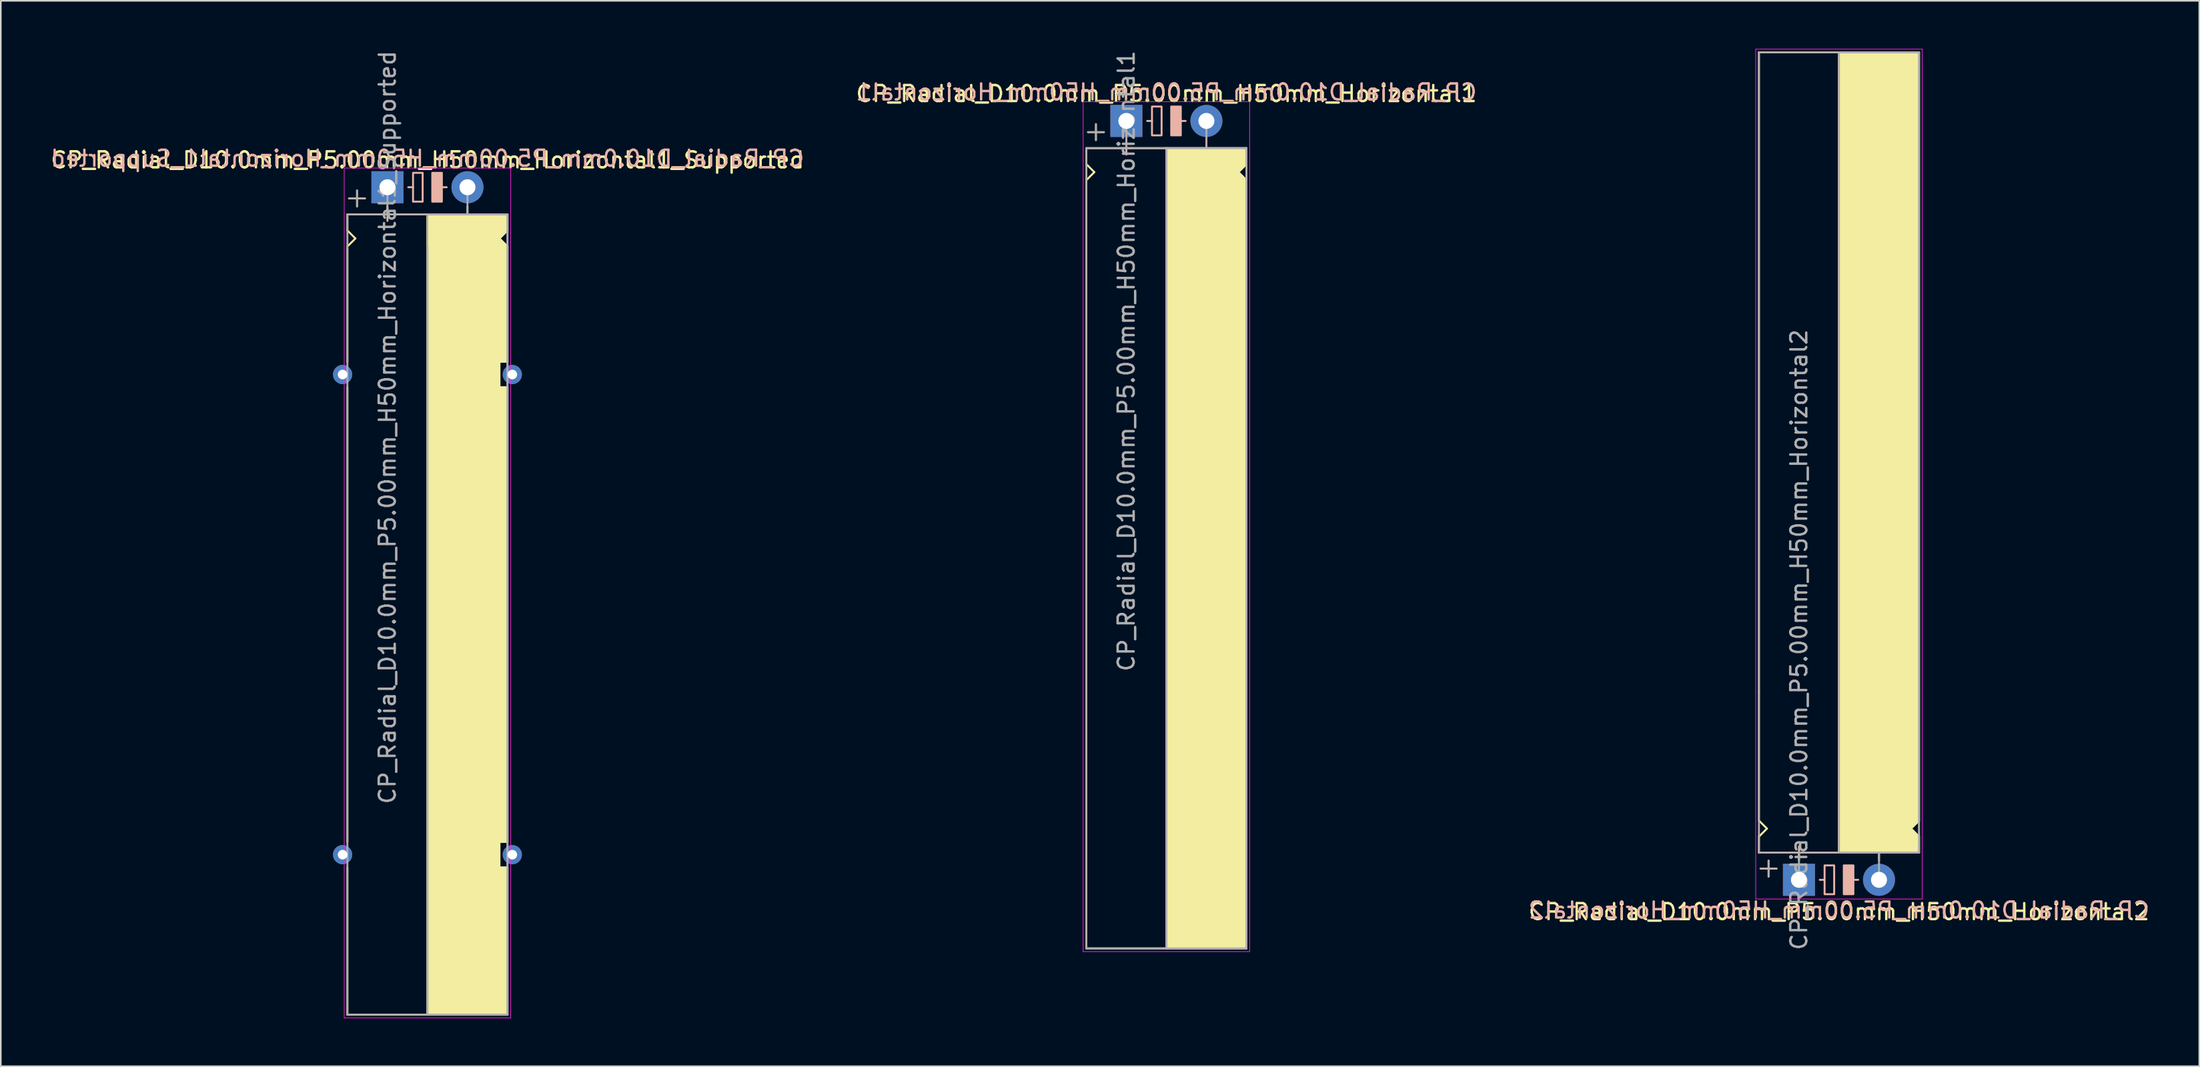
<source format=kicad_pcb>
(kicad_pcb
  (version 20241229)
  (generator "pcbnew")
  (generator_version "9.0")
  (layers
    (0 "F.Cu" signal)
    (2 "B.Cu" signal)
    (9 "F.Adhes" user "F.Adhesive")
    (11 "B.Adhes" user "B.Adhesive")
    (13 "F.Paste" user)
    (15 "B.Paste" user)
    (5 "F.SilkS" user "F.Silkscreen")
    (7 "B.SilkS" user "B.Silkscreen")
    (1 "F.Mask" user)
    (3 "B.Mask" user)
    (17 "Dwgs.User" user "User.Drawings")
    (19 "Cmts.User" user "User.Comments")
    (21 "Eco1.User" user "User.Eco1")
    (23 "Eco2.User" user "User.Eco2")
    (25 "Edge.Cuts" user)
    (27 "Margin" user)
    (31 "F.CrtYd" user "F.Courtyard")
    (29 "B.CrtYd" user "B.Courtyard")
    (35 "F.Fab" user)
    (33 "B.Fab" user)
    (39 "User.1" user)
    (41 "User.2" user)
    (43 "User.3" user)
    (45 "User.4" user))
  (footprint "CP_Radial_D10.0mm_P5.00mm_H50mm_Horizontal2"
    (layer "F.Cu")
    (at 109.315 51.92)
    (property "Reference" "CP_Radial_D10.0mm_P5.00mm_H50mm_Horizontal2" (at 2.5 2 0) (layer "F.SilkS") (effects (font (size 1 1) (thickness 0.15))))
    (fp_line (start -2.5 -51.7) (end 7.5 -51.7) (stroke (width 0.12) (type solid)) (layer "F.SilkS"))
    (fp_line (start -2.5 -11.7) (end -2.5 -51.7) (stroke (width 0.12) (type solid)) (layer "F.SilkS"))
    (fp_line (start -2.5 -3.7) (end -2.5 -11.7) (stroke (width 0.12) (type solid)) (layer "F.SilkS"))
    (fp_line (start -2.5 -2.7) (end -2 -3.2) (stroke (width 0.12) (type solid)) (layer "F.SilkS"))
    (fp_line (start -2.5 -1.7) (end -2.5 -2.7) (stroke (width 0.12) (type solid)) (layer "F.SilkS"))
    (fp_line (start -2 -3.2) (end -2.5 -3.7) (stroke (width 0.12) (type solid)) (layer "F.SilkS"))
    (fp_line (start -1.9 -1.2) (end -1.9 -0.2) (stroke (width 0.12) (type solid)) (layer "F.SilkS"))
    (fp_line (start -1.4 -0.7) (end -2.4 -0.7) (stroke (width 0.12) (type solid)) (layer "F.SilkS"))
    (fp_line (start 0 -1.7) (end 0 -1.2) (stroke (width 0.12) (type solid)) (layer "F.SilkS"))
    (fp_line (start 2.5 -51.7) (end 2.5 -1.7) (stroke (width 0.12) (type solid)) (layer "F.SilkS"))
    (fp_line (start 2.5 -1.7) (end -2.5 -1.7) (stroke (width 0.12) (type solid)) (layer "F.SilkS"))
    (fp_line (start 5 -1.7) (end 5 -1.2) (stroke (width 0.12) (type solid)) (layer "F.SilkS"))
    (fp_line (start 7 -3.2) (end 7.5 -3.7) (stroke (width 0.12) (type solid)) (layer "F.SilkS"))
    (fp_line (start 7.5 -11.7) (end 7.5 -51.7) (stroke (width 0.12) (type solid)) (layer "F.SilkS"))
    (fp_line (start 7.5 -3.7) (end 7.5 -11.7) (stroke (width 0.12) (type solid)) (layer "F.SilkS"))
    (fp_line (start 7.5 -2.7) (end 7 -3.2) (stroke (width 0.12) (type solid)) (layer "F.SilkS"))
    (fp_line (start 7.5 -1.7) (end 2.5 -1.7) (stroke (width 0.12) (type solid)) (layer "F.SilkS"))
    (fp_line (start 7.5 -1.7) (end 7.5 -2.7) (stroke (width 0.12) (type solid)) (layer "F.SilkS"))
    (fp_poly (pts (xy 7.5 -2.7) (xy 7 -3.2) (xy 7.5 -3.7) (xy 7.5 -51.7) (xy 2.5 -51.7) (xy 2.5 -1.7) (xy 7.5 -1.7)) (stroke (width 0.1) (type solid)) (fill yes) (layer "F.SilkS"))
    (fp_line (start 0 -2.1) (end 0 -1.3) (stroke (width 0.12) (type solid)) (layer "B.SilkS"))
    (fp_line (start 0.4 -1.7) (end -0.4 -1.7) (stroke (width 0.12) (type solid)) (layer "B.SilkS"))
    (fp_line (start 1.6 0) (end 1.3 0) (stroke (width 0.12) (type solid)) (layer "B.SilkS"))
    (fp_line (start 3.7 0) (end 3.4 0) (stroke (width 0.12) (type solid)) (layer "B.SilkS"))
    (fp_rect (start 2.2 -0.9) (end 1.6 0.9) (stroke (width 0.12) (type solid)) (fill no) (layer "B.SilkS"))
    (fp_rect (start 3.4 -0.9) (end 2.8 0.9) (stroke (width 0.12) (type solid)) (fill yes) (layer "B.SilkS"))
    (fp_line (start -2.7 -51.9) (end -2.7 1.2) (stroke (width 0.04) (type solid)) (layer "F.CrtYd"))
    (fp_line (start -2.7 1.2) (end 5.3 1.2) (stroke (width 0.04) (type solid)) (layer "F.CrtYd"))
    (fp_line (start 5.3 1.2) (end 7.7 1.2) (stroke (width 0.04) (type solid)) (layer "F.CrtYd"))
    (fp_line (start 7.7 -51.9) (end -2.7 -51.9) (stroke (width 0.04) (type solid)) (layer "F.CrtYd"))
    (fp_line (start 7.7 1.2) (end 7.7 -51.9) (stroke (width 0.04) (type solid)) (layer "F.CrtYd"))
    (fp_line (start -2.5 -51.7) (end 7.5 -51.7) (stroke (width 0.12) (type solid)) (layer "F.Fab"))
    (fp_line (start -2.5 -1.7) (end -2.5 -51.7) (stroke (width 0.12) (type solid)) (layer "F.Fab"))
    (fp_line (start -2.4 -0.7) (end -1.4 -0.7) (stroke (width 0.1) (type solid)) (layer "F.Fab"))
    (fp_line (start -1.9 -0.2) (end -1.9 -1.2) (stroke (width 0.1) (type solid)) (layer "F.Fab"))
    (fp_line (start 0 -1.7) (end 0 0) (stroke (width 0.12) (type solid)) (layer "F.Fab"))
    (fp_line (start 2.5 -1.7) (end 2.5 -51.7) (stroke (width 0.12) (type solid)) (layer "F.Fab"))
    (fp_line (start 5 -1.7) (end 5 0) (stroke (width 0.12) (type solid)) (layer "F.Fab"))
    (fp_line (start 7.5 -51.7) (end 7.5 -1.7) (stroke (width 0.12) (type solid)) (layer "F.Fab"))
    (fp_line (start 7.5 -1.7) (end -2.5 -1.7) (stroke (width 0.12) (type solid)) (layer "F.Fab"))
    (fp_poly (pts (xy 7.5 -51.7) (xy 2.5 -51.7) (xy 2.5 -1.7) (xy 7.5 -1.7)) (stroke (width 0.1) (type solid)) (fill no) (layer "F.Fab"))
    (fp_text user "${REFERENCE}" (at 2.5 1.9 0) (layer "B.SilkS") (effects (font (size 1 1) (thickness 0.15)) (justify mirror)))
    (fp_text user "${REFERENCE}" (at 0 -15 90) (layer "F.Fab") (effects (font (size 1 1) (thickness 0.15))))
    (pad "1" thru_hole rect (at 0 0) (size 2 2) (drill 1) (layers "*.Cu" "*.Mask"))
    (pad "2" thru_hole circle (at 5 0) (size 2 2) (drill 1) (layers "*.Cu" "*.Mask")))
  (footprint "CP_Radial_D10.0mm_P5.00mm_H50mm_Horizontal1"
    (layer "F.Cu")
    (at 67.304 4.506)
    (property "Reference" "CP_Radial_D10.0mm_P5.00mm_H50mm_Horizontal1" (at 2.5 -1.7 0) (layer "F.SilkS") (effects (font (size 1 1) (thickness 0.15))))
    (fp_line (start -2.5 1.7) (end -2.5 2.7) (stroke (width 0.12) (type solid)) (layer "F.SilkS"))
    (fp_line (start -2.5 2.7) (end -2 3.2) (stroke (width 0.12) (type solid)) (layer "F.SilkS"))
    (fp_line (start -2.5 3.7) (end -2.5 11.7) (stroke (width 0.12) (type solid)) (layer "F.SilkS"))
    (fp_line (start -2.5 11.7) (end -2.5 51.7) (stroke (width 0.12) (type solid)) (layer "F.SilkS"))
    (fp_line (start -2.5 51.7) (end 7.5 51.7) (stroke (width 0.12) (type solid)) (layer "F.SilkS"))
    (fp_line (start -2 3.2) (end -2.5 3.7) (stroke (width 0.12) (type solid)) (layer "F.SilkS"))
    (fp_line (start -1.9 0.2) (end -1.9 1.2) (stroke (width 0.12) (type solid)) (layer "F.SilkS"))
    (fp_line (start -1.4 0.7) (end -2.4 0.7) (stroke (width 0.12) (type solid)) (layer "F.SilkS"))
    (fp_line (start 0 1.7) (end 0 1.2) (stroke (width 0.12) (type solid)) (layer "F.SilkS"))
    (fp_line (start 2.5 1.7) (end -2.5 1.7) (stroke (width 0.12) (type solid)) (layer "F.SilkS"))
    (fp_line (start 2.5 51.7) (end 2.5 1.7) (stroke (width 0.12) (type solid)) (layer "F.SilkS"))
    (fp_line (start 5 1.7) (end 5 1.2) (stroke (width 0.12) (type solid)) (layer "F.SilkS"))
    (fp_line (start 7 3.2) (end 7.5 3.7) (stroke (width 0.12) (type solid)) (layer "F.SilkS"))
    (fp_line (start 7.5 1.7) (end 2.5 1.7) (stroke (width 0.12) (type solid)) (layer "F.SilkS"))
    (fp_line (start 7.5 1.7) (end 7.5 2.7) (stroke (width 0.12) (type solid)) (layer "F.SilkS"))
    (fp_line (start 7.5 2.7) (end 7 3.2) (stroke (width 0.12) (type solid)) (layer "F.SilkS"))
    (fp_line (start 7.5 3.7) (end 7.5 11.7) (stroke (width 0.12) (type solid)) (layer "F.SilkS"))
    (fp_line (start 7.5 11.7) (end 7.5 51.7) (stroke (width 0.12) (type solid)) (layer "F.SilkS"))
    (fp_poly (pts (xy 7.5 2.7) (xy 7 3.2) (xy 7.5 3.7) (xy 7.5 51.7) (xy 2.5 51.7) (xy 2.5 1.7) (xy 7.5 1.7)) (stroke (width 0.1) (type solid)) (fill yes) (layer "F.SilkS"))
    (fp_line (start 0 1.3) (end 0 2.1) (stroke (width 0.12) (type solid)) (layer "B.SilkS"))
    (fp_line (start 0.4 1.7) (end -0.4 1.7) (stroke (width 0.12) (type solid)) (layer "B.SilkS"))
    (fp_line (start 1.6 0) (end 1.3 0) (stroke (width 0.12) (type solid)) (layer "B.SilkS"))
    (fp_line (start 3.7 0) (end 3.4 0) (stroke (width 0.12) (type solid)) (layer "B.SilkS"))
    (fp_rect (start 2.2 -0.9) (end 1.6 0.9) (stroke (width 0.12) (type solid)) (fill no) (layer "B.SilkS"))
    (fp_rect (start 3.4 -0.9) (end 2.8 0.9) (stroke (width 0.12) (type solid)) (fill yes) (layer "B.SilkS"))
    (fp_line (start -2.7 -1.2) (end 5.3 -1.2) (stroke (width 0.04) (type solid)) (layer "F.CrtYd"))
    (fp_line (start -2.7 51.9) (end -2.7 -1.2) (stroke (width 0.04) (type solid)) (layer "F.CrtYd"))
    (fp_line (start 5.3 -1.2) (end 7.7 -1.2) (stroke (width 0.04) (type solid)) (layer "F.CrtYd"))
    (fp_line (start 7.7 -1.2) (end 7.7 51.9) (stroke (width 0.04) (type solid)) (layer "F.CrtYd"))
    (fp_line (start 7.7 51.9) (end -2.7 51.9) (stroke (width 0.04) (type solid)) (layer "F.CrtYd"))
    (fp_line (start -2.5 1.7) (end -2.5 51.7) (stroke (width 0.12) (type solid)) (layer "F.Fab"))
    (fp_line (start -2.5 51.7) (end 7.5 51.7) (stroke (width 0.12) (type solid)) (layer "F.Fab"))
    (fp_line (start -2.4 0.7) (end -1.4 0.7) (stroke (width 0.1) (type solid)) (layer "F.Fab"))
    (fp_line (start -1.9 1.2) (end -1.9 0.2) (stroke (width 0.1) (type solid)) (layer "F.Fab"))
    (fp_line (start 0 1.7) (end 0 0) (stroke (width 0.12) (type solid)) (layer "F.Fab"))
    (fp_line (start 2.5 1.7) (end 2.5 51.7) (stroke (width 0.12) (type solid)) (layer "F.Fab"))
    (fp_line (start 5 1.7) (end 5 0) (stroke (width 0.12) (type solid)) (layer "F.Fab"))
    (fp_line (start 7.5 1.7) (end -2.5 1.7) (stroke (width 0.12) (type solid)) (layer "F.Fab"))
    (fp_line (start 7.5 51.7) (end 7.5 1.7) (stroke (width 0.12) (type solid)) (layer "F.Fab"))
    (fp_poly (pts (xy 7.5 51.7) (xy 2.5 51.7) (xy 2.5 1.7) (xy 7.5 1.7)) (stroke (width 0.1) (type solid)) (fill no) (layer "F.Fab"))
    (fp_text user "${REFERENCE}" (at 2.5 -1.8 0) (layer "B.SilkS") (effects (font (size 1 1) (thickness 0.15)) (justify mirror)))
    (fp_text user "${REFERENCE}" (at 0 15 90) (layer "F.Fab") (effects (font (size 1 1) (thickness 0.15))))
    (pad "1" thru_hole rect (at 0 0) (size 2 2) (drill 1) (layers "*.Cu" "*.Mask"))
    (pad "2" thru_hole circle (at 5 0) (size 2 2) (drill 1) (layers "*.Cu" "*.Mask")))
  (footprint "CP_Radial_D10.0mm_P5.00mm_H50mm_Horizontal1_Supported"
    (layer "F.Cu")
    (at 21.149 8.649)
    (property "Reference" "CP_Radial_D10.0mm_P5.00mm_H50mm_Horizontal1_Supported" (at 2.5 -1.7 0) (layer "F.SilkS") (effects (font (size 1 1) (thickness 0.15))))
    (fp_line (start -2.5 1.7) (end -2.5 2.7) (stroke (width 0.12) (type solid)) (layer "F.SilkS"))
    (fp_line (start -2.5 2.7) (end -2 3.2) (stroke (width 0.12) (type solid)) (layer "F.SilkS"))
    (fp_line (start -2.5 3.8) (end -2.5 10.9) (stroke (width 0.12) (type solid)) (layer "F.SilkS"))
    (fp_line (start -2.5 12.5) (end -2.5 40.9) (stroke (width 0.12) (type solid)) (layer "F.SilkS"))
    (fp_line (start -2.5 42.5) (end -2.5 51.7) (stroke (width 0.12) (type solid)) (layer "F.SilkS"))
    (fp_line (start -2.5 51.7) (end 7.5 51.7) (stroke (width 0.12) (type solid)) (layer "F.SilkS"))
    (fp_line (start -2 3.2) (end -2.5 3.7) (stroke (width 0.12) (type solid)) (layer "F.SilkS"))
    (fp_line (start -1.9 0.2) (end -1.9 1.2) (stroke (width 0.12) (type solid)) (layer "F.SilkS"))
    (fp_line (start -1.4 0.7) (end -2.4 0.7) (stroke (width 0.12) (type solid)) (layer "F.SilkS"))
    (fp_line (start 0 1.7) (end 0 1.2) (stroke (width 0.12) (type solid)) (layer "F.SilkS"))
    (fp_line (start 2.5 1.7) (end -2.5 1.7) (stroke (width 0.12) (type solid)) (layer "F.SilkS"))
    (fp_line (start 2.5 51.7) (end 2.5 1.7) (stroke (width 0.12) (type solid)) (layer "F.SilkS"))
    (fp_line (start 5 1.7) (end 5 1.2) (stroke (width 0.12) (type solid)) (layer "F.SilkS"))
    (fp_line (start 7 3.2) (end 7.5 3.7) (stroke (width 0.12) (type solid)) (layer "F.SilkS"))
    (fp_line (start 7 10.9) (end 7 12.5) (stroke (width 0.12) (type solid)) (layer "F.SilkS"))
    (fp_line (start 7 12.5) (end 7.5 12.5) (stroke (width 0.12) (type solid)) (layer "F.SilkS"))
    (fp_line (start 7 40.9) (end 7 42.5) (stroke (width 0.12) (type solid)) (layer "F.SilkS"))
    (fp_line (start 7 42.5) (end 7.5 42.5) (stroke (width 0.12) (type solid)) (layer "F.SilkS"))
    (fp_line (start 7.5 1.7) (end 2.5 1.7) (stroke (width 0.12) (type solid)) (layer "F.SilkS"))
    (fp_line (start 7.5 1.7) (end 7.5 2.7) (stroke (width 0.12) (type solid)) (layer "F.SilkS"))
    (fp_line (start 7.5 2.7) (end 7 3.2) (stroke (width 0.12) (type solid)) (layer "F.SilkS"))
    (fp_line (start 7.5 3.7) (end 7.5 10.9) (stroke (width 0.12) (type solid)) (layer "F.SilkS"))
    (fp_line (start 7.5 10.9) (end 7 10.9) (stroke (width 0.12) (type solid)) (layer "F.SilkS"))
    (fp_line (start 7.5 12.5) (end 7.5 40.9) (stroke (width 0.12) (type solid)) (layer "F.SilkS"))
    (fp_line (start 7.5 40.9) (end 7 40.9) (stroke (width 0.12) (type solid)) (layer "F.SilkS"))
    (fp_line (start 7.5 42.5) (end 7.5 51.7) (stroke (width 0.12) (type solid)) (layer "F.SilkS"))
    (fp_poly (pts (xy 7.5 2.7) (xy 7 3.2) (xy 7.5 3.7) (xy 7.5 10.9) (xy 7 10.9) (xy 7 12.5) (xy 7.5 12.5) (xy 7.5 40.9) (xy 7 40.9) (xy 7 42.5) (xy 7.5 42.5) (xy 7.5 51.7) (xy 2.5 51.7) (xy 2.5 1.7) (xy 7.5 1.7)) (stroke (width 0.1) (type solid)) (fill yes) (layer "F.SilkS"))
    (fp_line (start 0 1.3) (end 0 2.1) (stroke (width 0.12) (type solid)) (layer "B.SilkS"))
    (fp_line (start 0.4 1.7) (end -0.4 1.7) (stroke (width 0.12) (type solid)) (layer "B.SilkS"))
    (fp_line (start 1.6 0) (end 1.3 0) (stroke (width 0.12) (type solid)) (layer "B.SilkS"))
    (fp_line (start 3.7 0) (end 3.4 0) (stroke (width 0.12) (type solid)) (layer "B.SilkS"))
    (fp_rect (start 2.2 -0.9) (end 1.6 0.9) (stroke (width 0.12) (type solid)) (fill no) (layer "B.SilkS"))
    (fp_rect (start 3.4 -0.9) (end 2.8 0.9) (stroke (width 0.12) (type solid)) (fill yes) (layer "B.SilkS"))
    (fp_line (start -2.7 -1.2) (end 5.3 -1.2) (stroke (width 0.04) (type solid)) (layer "F.CrtYd"))
    (fp_line (start -2.7 51.9) (end -2.7 -1.2) (stroke (width 0.04) (type solid)) (layer "F.CrtYd"))
    (fp_line (start 5.3 -1.2) (end 7.7 -1.2) (stroke (width 0.04) (type solid)) (layer "F.CrtYd"))
    (fp_line (start 7.7 -1.2) (end 7.7 51.9) (stroke (width 0.04) (type solid)) (layer "F.CrtYd"))
    (fp_line (start 7.7 51.9) (end -2.7 51.9) (stroke (width 0.04) (type solid)) (layer "F.CrtYd"))
    (fp_line (start -2.5 1.7) (end -2.5 51.7) (stroke (width 0.12) (type solid)) (layer "F.Fab"))
    (fp_line (start -2.5 51.7) (end 7.5 51.7) (stroke (width 0.12) (type solid)) (layer "F.Fab"))
    (fp_line (start -2.4 0.7) (end -1.4 0.7) (stroke (width 0.1) (type solid)) (layer "F.Fab"))
    (fp_line (start -1.9 1.2) (end -1.9 0.2) (stroke (width 0.1) (type solid)) (layer "F.Fab"))
    (fp_line (start 0 1.7) (end 0 0) (stroke (width 0.12) (type solid)) (layer "F.Fab"))
    (fp_line (start 2.5 3.7) (end 2.5 51.7) (stroke (width 0.12) (type solid)) (layer "F.Fab"))
    (fp_line (start 5 1.7) (end 5 0) (stroke (width 0.12) (type solid)) (layer "F.Fab"))
    (fp_line (start 7.5 1.7) (end -2.5 1.7) (stroke (width 0.12) (type solid)) (layer "F.Fab"))
    (fp_line (start 7.5 51.7) (end 7.5 1.7) (stroke (width 0.12) (type solid)) (layer "F.Fab"))
    (fp_poly (pts (xy 7.5 51.7) (xy 2.5 51.7) (xy 2.5 1.7) (xy 7.5 1.7)) (stroke (width 0.1) (type solid)) (fill no) (layer "F.Fab"))
    (fp_text user "${REFERENCE}" (at 2.5 -1.8 0) (layer "B.SilkS") (effects (font (size 1 1) (thickness 0.15)) (justify mirror)))
    (fp_text user "${REFERENCE}" (at 0 15 90) (layer "F.Fab") (effects (font (size 1 1) (thickness 0.15))))
    (pad "1" thru_hole rect (at 0 0) (size 2 2) (drill 1) (layers "*.Cu" "*.Mask"))
    (pad "2" thru_hole circle (at 5 0) (size 2 2) (drill 1) (layers "*.Cu" "*.Mask"))
    (pad "~" thru_hole circle (at -2.8 11.7 180) (size 1.2 1.2) (drill 0.6) (layers "*.Cu" "*.Mask"))
    (pad "~" thru_hole circle (at -2.8 41.7) (size 1.2 1.2) (drill 0.6) (layers "*.Cu" "*.Mask"))
    (pad "~" thru_hole circle (at 7.8 11.7) (size 1.2 1.2) (drill 0.6) (layers "*.Cu" "*.Mask"))
    (pad "~" thru_hole circle (at 7.8 41.7) (size 1.2 1.2) (drill 0.6) (layers "*.Cu" "*.Mask")))
  (gr_rect
    (start -3 -3)
    (end 134.321 63.569)
    (stroke (width 0.1) (type default))
    (fill no)
    (layer "Edge.Cuts")))
</source>
